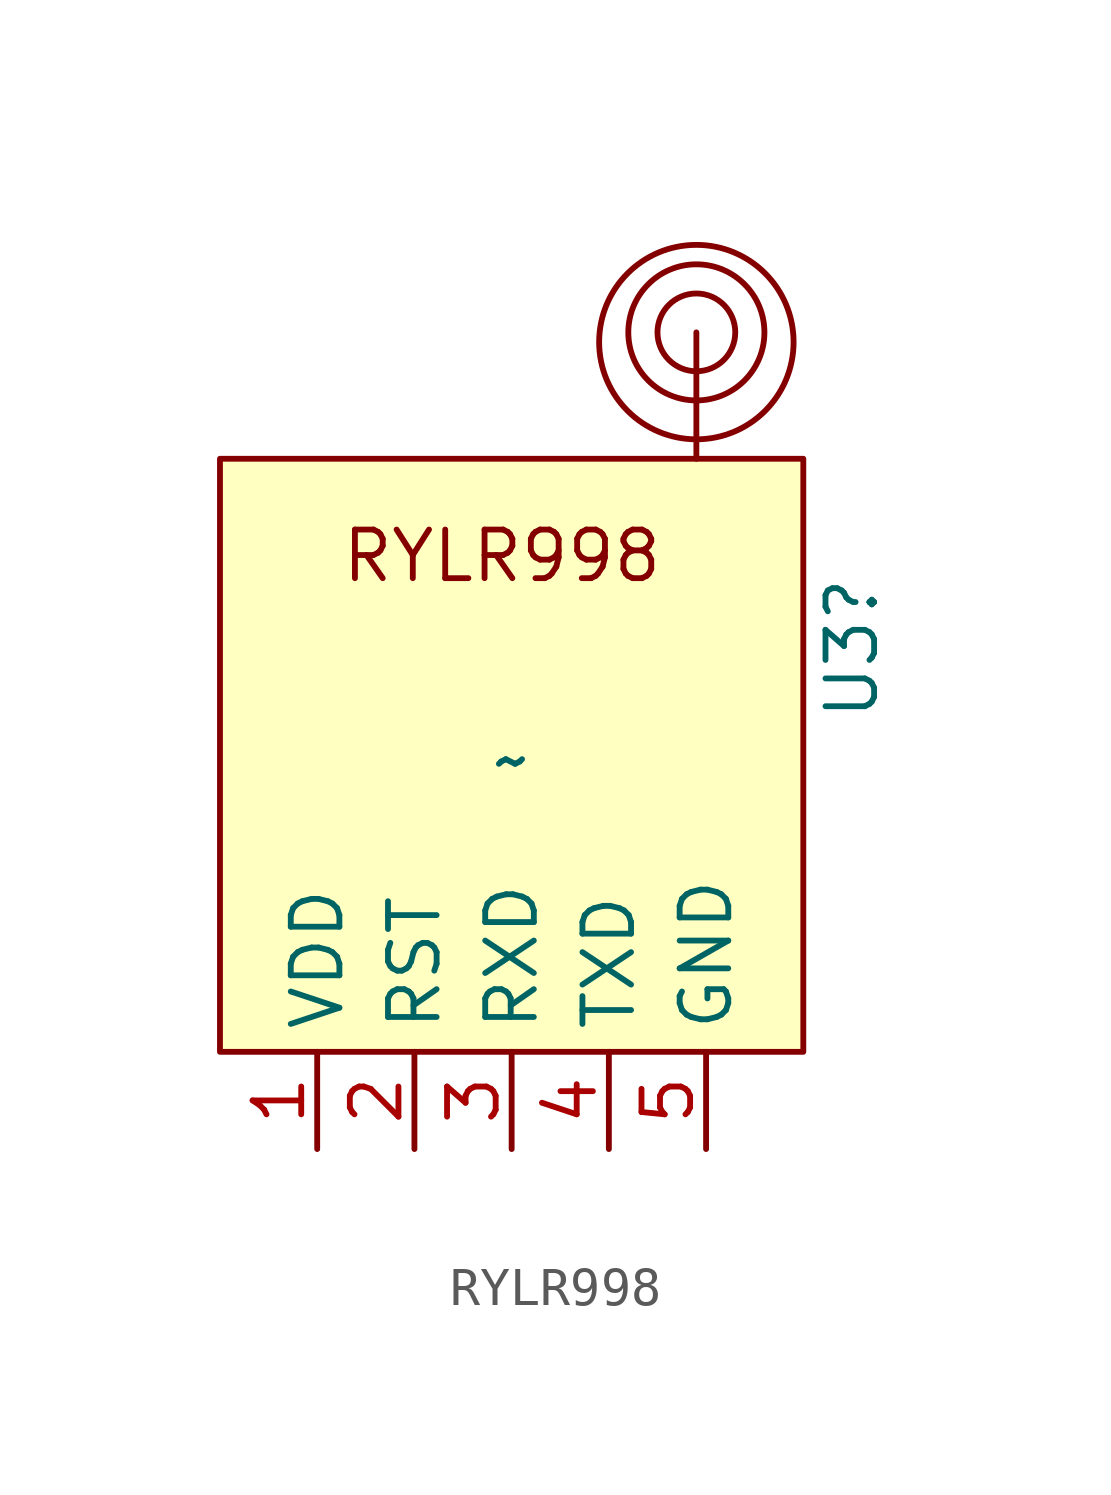
<source format=kicad_sym>
(kicad_symbol_lib
  (version 20220914)
  (generator kicad_symbol_editor)
  (symbol "RYLR998"
    (property "Reference" "U3"
      (at 8.89 2.921 90)
      (effects (font (size 1.27 1.27))))
    (property "Value" "~"
      (at 0 0 0)
      (effects (font (size 1.27 1.27))))
    (symbol "RYLR998_0_1"
      (polyline (pts (xy 4.826 7.874) (xy 4.826 11.176)) (stroke (width 0) (type default)) (fill (type none)))
      (circle (center 4.826 10.922) (radius 2.54) (stroke (width 0) (type default)) (fill (type none)))
      (circle (center 4.826 11.176) (radius 1.016) (stroke (width 0) (type default)) (fill (type none)))
      (circle (center 4.826 11.176) (radius 1.778) (stroke (width 0) (type default)) (fill (type none))))
    (symbol "RYLR998_1_1"
      (rectangle (start -7.62 7.874) (end 7.62 -7.62) (stroke (width 0) (type default)) (fill (type background)))
      (text "RYLR998\n" (at -0.254 5.334 0) (effects (font (size 1.27 1.27))))
      (pin input line (at -5.08 -10.16 90) (length 2.54) (name "VDD" (effects (font (size 1.27 1.27)))) (number "1" (effects (font (size 1.27 1.27)))))
      (pin input line (at -2.54 -10.16 90) (length 2.54) (name "RST" (effects (font (size 1.27 1.27)))) (number "2" (effects (font (size 1.27 1.27)))))
      (pin input line (at 0 -10.16 90) (length 2.54) (name "RXD" (effects (font (size 1.27 1.27)))) (number "3" (effects (font (size 1.27 1.27)))))
      (pin input line (at 2.54 -10.16 90) (length 2.54) (name "TXD" (effects (font (size 1.27 1.27)))) (number "4" (effects (font (size 1.27 1.27)))))
      (pin input line (at 5.08 -10.16 90) (length 2.54) (name "GND" (effects (font (size 1.27 1.27)))) (number "5" (effects (font (size 1.27 1.27))))))))
</source>
